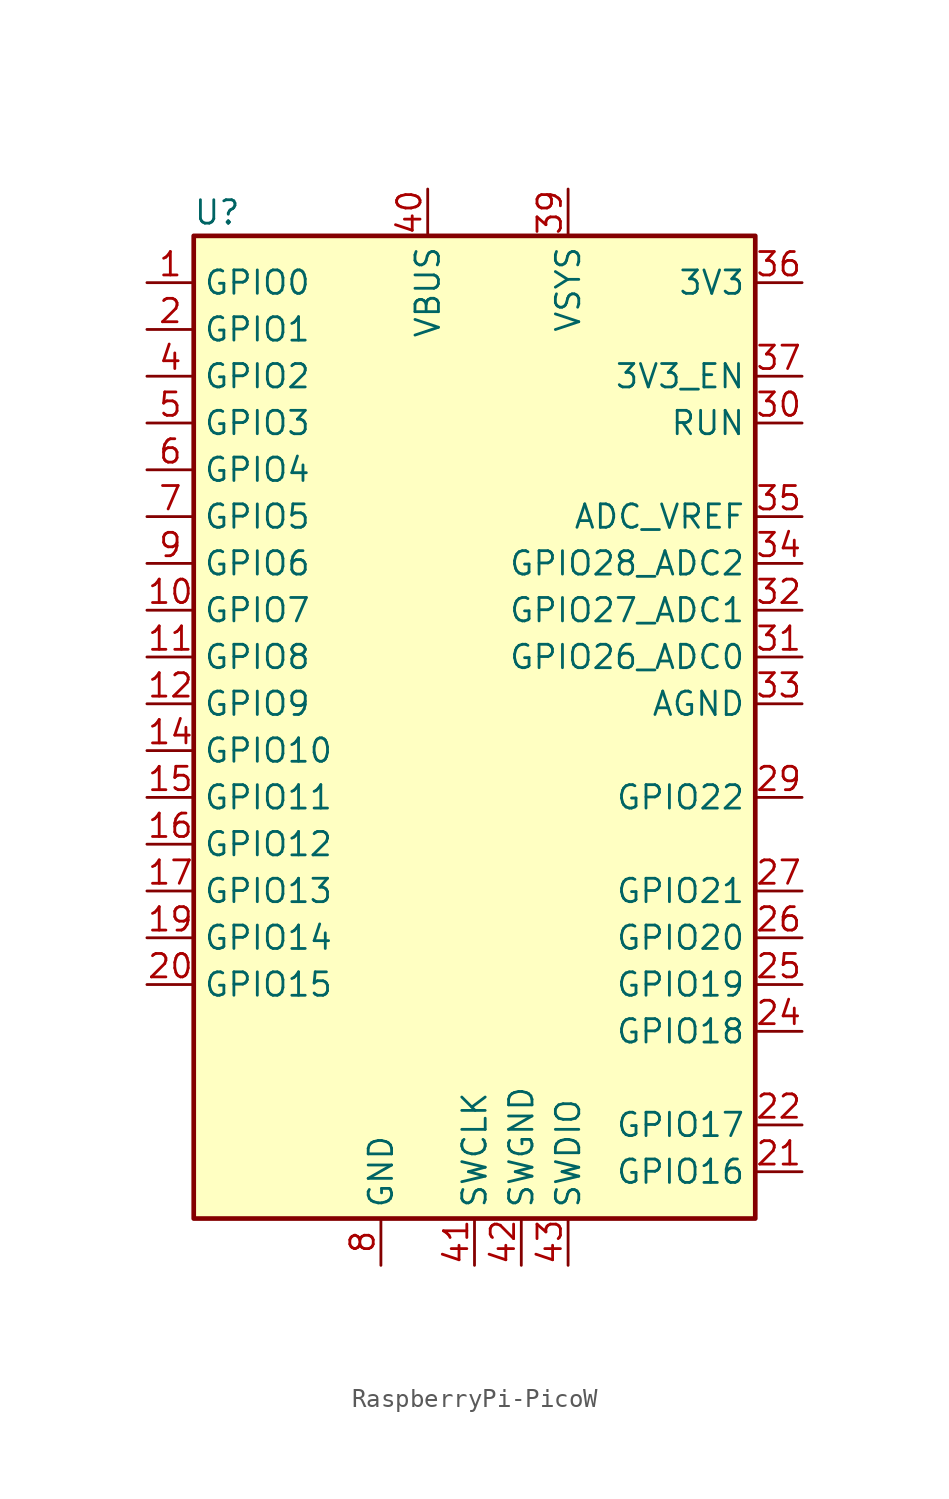
<source format=kicad_sym>
(kicad_symbol_lib
  (version 20220914)
  (generator kicad_symbol_editor)
  (symbol "RaspberryPi-PicoW"
    (property "Reference" "U"
      (at -13.97 29.21 0)
      (effects (font (size 1.27 1.27))))
    (symbol "RaspberryPi-PicoW_0_1"
      (rectangle (start -15.24 27.94) (end 15.24 -25.4) (stroke (width 0.254) (type default)) (fill (type background))))
    (symbol "RaspberryPi-PicoW_1_1"
      (pin bidirectional line (at -17.78 25.4 0) (length 2.54) (name "GPIO0" (effects (font (size 1.27 1.27)))) (number "1" (effects (font (size 1.27 1.27)))) (alternate "I2C0_SDA" bidirectional line) (alternate "PWM0_A" output line) (alternate "SPI0_RX" input line) (alternate "UART0_TX" output line) (alternate "USB_OVCUR_DET" input line))
      (pin bidirectional line (at -17.78 7.62 0) (length 2.54) (name "GPIO7" (effects (font (size 1.27 1.27)))) (number "10" (effects (font (size 1.27 1.27)))) (alternate "I2C1_SCL" bidirectional line) (alternate "PWM3_B" bidirectional line) (alternate "SPI0_TX" output line) (alternate "USB_VBUS_DET" input line) (alternate "~{UART1_RTS}" output line))
      (pin bidirectional line (at -17.78 5.08 0) (length 2.54) (name "GPIO8" (effects (font (size 1.27 1.27)))) (number "11" (effects (font (size 1.27 1.27)))) (alternate "I2C0_SDA" bidirectional line) (alternate "PWM4_A" output line) (alternate "SPI1_RX" input line) (alternate "UART1_TX" output line) (alternate "USB_VBUS_EN" output line))
      (pin bidirectional line (at -17.78 2.54 0) (length 2.54) (name "GPIO9" (effects (font (size 1.27 1.27)))) (number "12" (effects (font (size 1.27 1.27)))) (alternate "I2C0_SCL" bidirectional line) (alternate "PWM4_B" bidirectional line) (alternate "UART1_RX" input line) (alternate "USB_OVCUR_DET" input line) (alternate "~{SPI1_CS}" output line))
      (pin passive line (at -5.08 -27.94 90) (length 2.54) hide (name "GND" (effects (font (size 1.27 1.27)))) (number "13" (effects (font (size 1.27 1.27)))))
      (pin bidirectional line (at -17.78 0 0) (length 2.54) (name "GPIO10" (effects (font (size 1.27 1.27)))) (number "14" (effects (font (size 1.27 1.27)))) (alternate "I2C1_SDA" bidirectional line) (alternate "PWM5_A" output line) (alternate "SPI1_SCK" bidirectional line) (alternate "USB_VBUS_DET" input line) (alternate "~{UART1_CTS}" input line))
      (pin bidirectional line (at -17.78 -2.54 0) (length 2.54) (name "GPIO11" (effects (font (size 1.27 1.27)))) (number "15" (effects (font (size 1.27 1.27)))) (alternate "I2C1_SCL" bidirectional line) (alternate "PWM5_B" bidirectional line) (alternate "SPI1_TX" output line) (alternate "USB_VBUS_EN" output line) (alternate "~{UART1_RTS}" output line))
      (pin bidirectional line (at -17.78 -5.08 0) (length 2.54) (name "GPIO12" (effects (font (size 1.27 1.27)))) (number "16" (effects (font (size 1.27 1.27)))) (alternate "I2C0_SDA" bidirectional line) (alternate "PWM6_A" output line) (alternate "SPI1_RX" input line) (alternate "UART0_TX" output line) (alternate "USB_OVCUR_DET" input line))
      (pin bidirectional line (at -17.78 -7.62 0) (length 2.54) (name "GPIO13" (effects (font (size 1.27 1.27)))) (number "17" (effects (font (size 1.27 1.27)))) (alternate "I2C0_SCL" bidirectional line) (alternate "PWM6_B" bidirectional line) (alternate "UART0_RX" input line) (alternate "USB_VBUS_DET" input line) (alternate "~{SPI1_CS}" output line))
      (pin passive line (at -5.08 -27.94 90) (length 2.54) hide (name "GND" (effects (font (size 1.27 1.27)))) (number "18" (effects (font (size 1.27 1.27)))))
      (pin bidirectional line (at -17.78 -10.16 0) (length 2.54) (name "GPIO14" (effects (font (size 1.27 1.27)))) (number "19" (effects (font (size 1.27 1.27)))) (alternate "I2C1_SDA" bidirectional line) (alternate "PWM7_A" output line) (alternate "SPI1_SCK" bidirectional line) (alternate "USB_VBUS_EN" output line) (alternate "~{UART0_CTS}" input line))
      (pin bidirectional line (at -17.78 22.86 0) (length 2.54) (name "GPIO1" (effects (font (size 1.27 1.27)))) (number "2" (effects (font (size 1.27 1.27)))) (alternate "I2C0_SCL" bidirectional line) (alternate "PWM0_B" bidirectional line) (alternate "UART0_RX" input line) (alternate "USB_VBUS_DET" input line) (alternate "~{SPI0_CS}" output line))
      (pin bidirectional line (at -17.78 -12.7 0) (length 2.54) (name "GPIO15" (effects (font (size 1.27 1.27)))) (number "20" (effects (font (size 1.27 1.27)))) (alternate "I2C1_SCL" bidirectional line) (alternate "PWM7_B" bidirectional line) (alternate "SPI1_TX" output line) (alternate "USB_OVCUR_DET" input line) (alternate "~{UART0_RTS}" output line))
      (pin bidirectional line (at 17.78 -22.86 180) (length 2.54) (name "GPIO16" (effects (font (size 1.27 1.27)))) (number "21" (effects (font (size 1.27 1.27)))) (alternate "I2C0_SDA" bidirectional line) (alternate "PWM0_A" output line) (alternate "SPI0_RX" input line) (alternate "UART0_TX" output line) (alternate "USB_VBUS_DET" input line))
      (pin bidirectional line (at 17.78 -20.32 180) (length 2.54) (name "GPIO17" (effects (font (size 1.27 1.27)))) (number "22" (effects (font (size 1.27 1.27)))) (alternate "I2C0_SCL" bidirectional line) (alternate "PWM0_B" bidirectional line) (alternate "UART0_RX" input line) (alternate "USB_VBUS_EN" output line) (alternate "~{SPI0_CS}" output line))
      (pin passive line (at -5.08 -27.94 90) (length 2.54) hide (name "GND" (effects (font (size 1.27 1.27)))) (number "23" (effects (font (size 1.27 1.27)))))
      (pin bidirectional line (at 17.78 -15.24 180) (length 2.54) (name "GPIO18" (effects (font (size 1.27 1.27)))) (number "24" (effects (font (size 1.27 1.27)))) (alternate "I2C1_SDA" bidirectional line) (alternate "PWM1_A" output line) (alternate "SPI0_SCK" bidirectional line) (alternate "USB_OVCUR_DET" input line) (alternate "~{UART0_CTS}" input line))
      (pin bidirectional line (at 17.78 -12.7 180) (length 2.54) (name "GPIO19" (effects (font (size 1.27 1.27)))) (number "25" (effects (font (size 1.27 1.27)))) (alternate "I2C1_SCL" bidirectional line) (alternate "PWM1_B" bidirectional line) (alternate "SPI0_TX" output line) (alternate "USB_VBUS_DET" input line) (alternate "~{UART0_RTS}" output line))
      (pin bidirectional line (at 17.78 -10.16 180) (length 2.54) (name "GPIO20" (effects (font (size 1.27 1.27)))) (number "26" (effects (font (size 1.27 1.27)))) (alternate "CLOCK_GPIN0" input line) (alternate "I2C0_SDA" bidirectional line) (alternate "PWM2_A" output line) (alternate "SPI0_RX" input line) (alternate "UART1_TX" output line) (alternate "USB_VBUS_EN" output line))
      (pin bidirectional line (at 17.78 -7.62 180) (length 2.54) (name "GPIO21" (effects (font (size 1.27 1.27)))) (number "27" (effects (font (size 1.27 1.27)))) (alternate "CLOCK_GPOUT0" output line) (alternate "I2C0_SCL" bidirectional line) (alternate "PWM2_B" bidirectional line) (alternate "UART1_RX" input line) (alternate "USB_OVCUR_DET" input line) (alternate "~{SPI0_CS}" output line))
      (pin passive line (at -5.08 -27.94 90) (length 2.54) hide (name "GND" (effects (font (size 1.27 1.27)))) (number "28" (effects (font (size 1.27 1.27)))))
      (pin bidirectional line (at 17.78 -2.54 180) (length 2.54) (name "GPIO22" (effects (font (size 1.27 1.27)))) (number "29" (effects (font (size 1.27 1.27)))) (alternate "CLOCK_GPIN1" input line) (alternate "I2C1_SDA" bidirectional line) (alternate "PWM3_A" output line) (alternate "SPI0_SCK" bidirectional line) (alternate "USB_VBUS_DET" input line) (alternate "~{UART1_CTS}" input line))
      (pin passive line (at -5.08 -27.94 90) (length 2.54) hide (name "GND" (effects (font (size 1.27 1.27)))) (number "3" (effects (font (size 1.27 1.27)))))
      (pin input line (at 17.78 17.78 180) (length 2.54) (name "RUN" (effects (font (size 1.27 1.27)))) (number "30" (effects (font (size 1.27 1.27)))) (alternate "~{RESET}" input line))
      (pin bidirectional line (at 17.78 5.08 180) (length 2.54) (name "GPIO26_ADC0" (effects (font (size 1.27 1.27)))) (number "31" (effects (font (size 1.27 1.27)))) (alternate "ADC0" input line) (alternate "GPIO26" bidirectional line) (alternate "I2C1_SDA" bidirectional line) (alternate "PWM5_A" output line) (alternate "SPI1_SCK" bidirectional line) (alternate "USB_VBUS_EN" output line) (alternate "~{UART1_CTS}" input line))
      (pin bidirectional line (at 17.78 7.62 180) (length 2.54) (name "GPIO27_ADC1" (effects (font (size 1.27 1.27)))) (number "32" (effects (font (size 1.27 1.27)))) (alternate "ADC1" input line) (alternate "GPIO27" bidirectional line) (alternate "I2C1_SCL" bidirectional line) (alternate "PWM5_B" bidirectional line) (alternate "SPI1_TX" output line) (alternate "USB_OVCUR_DET" input line) (alternate "~{UART1_RTS}" output line))
      (pin power_in line (at 17.78 2.54 180) (length 2.54) (name "AGND" (effects (font (size 1.27 1.27)))) (number "33" (effects (font (size 1.27 1.27)))) (alternate "GND" power_in line))
      (pin bidirectional line (at 17.78 10.16 180) (length 2.54) (name "GPIO28_ADC2" (effects (font (size 1.27 1.27)))) (number "34" (effects (font (size 1.27 1.27)))) (alternate "ADC2" input line) (alternate "GPIO28" bidirectional line) (alternate "I2C0_SDA" bidirectional line) (alternate "PWM6_A" output line) (alternate "SPI1_RX" input line) (alternate "UART0_TX" output line) (alternate "USB_VBUS_DET" input line))
      (pin power_in line (at 17.78 12.7 180) (length 2.54) (name "ADC_VREF" (effects (font (size 1.27 1.27)))) (number "35" (effects (font (size 1.27 1.27)))))
      (pin power_out line (at 17.78 25.4 180) (length 2.54) (name "3V3" (effects (font (size 1.27 1.27)))) (number "36" (effects (font (size 1.27 1.27)))))
      (pin input line (at 17.78 20.32 180) (length 2.54) (name "3V3_EN" (effects (font (size 1.27 1.27)))) (number "37" (effects (font (size 1.27 1.27)))))
      (pin passive line (at -5.08 -27.94 90) (length 2.54) hide (name "GND" (effects (font (size 1.27 1.27)))) (number "38" (effects (font (size 1.27 1.27)))))
      (pin power_in line (at 5.08 30.48 270) (length 2.54) (name "VSYS" (effects (font (size 1.27 1.27)))) (number "39" (effects (font (size 1.27 1.27)))) (alternate "VSYS" power_in line))
      (pin bidirectional line (at -17.78 20.32 0) (length 2.54) (name "GPIO2" (effects (font (size 1.27 1.27)))) (number "4" (effects (font (size 1.27 1.27)))) (alternate "I2C1_SDA" bidirectional line) (alternate "PWM1_A" output line) (alternate "SPI0_SCK" bidirectional line) (alternate "USB_VBUS_EN" output line) (alternate "~{UART0_CTS}" input line))
      (pin power_out line (at -2.54 30.48 270) (length 2.54) (name "VBUS" (effects (font (size 1.27 1.27)))) (number "40" (effects (font (size 1.27 1.27)))) (alternate "VBUS" power_in line))
      (pin input line (at 0 -27.94 90) (length 2.54) (name "SWCLK" (effects (font (size 1.27 1.27)))) (number "41" (effects (font (size 1.27 1.27)))))
      (pin power_in line (at 2.54 -27.94 90) (length 2.54) (name "SWGND" (effects (font (size 1.27 1.27)))) (number "42" (effects (font (size 1.27 1.27)))) (alternate "GND" power_in line))
      (pin bidirectional line (at 5.08 -27.94 90) (length 2.54) (name "SWDIO" (effects (font (size 1.27 1.27)))) (number "43" (effects (font (size 1.27 1.27)))))
      (pin bidirectional line (at -17.78 17.78 0) (length 2.54) (name "GPIO3" (effects (font (size 1.27 1.27)))) (number "5" (effects (font (size 1.27 1.27)))) (alternate "I2C1_SCL" bidirectional line) (alternate "PWM1_B" bidirectional line) (alternate "SPI0_TX" output line) (alternate "USB_OVCUR_DET" input line) (alternate "~{UART0_RTS}" output line))
      (pin bidirectional line (at -17.78 15.24 0) (length 2.54) (name "GPIO4" (effects (font (size 1.27 1.27)))) (number "6" (effects (font (size 1.27 1.27)))) (alternate "I2C0_SDA" bidirectional line) (alternate "PWM2_A" output line) (alternate "SPI0_RX" input line) (alternate "UART1_TX" output line) (alternate "USB_VBUS_DET" input line))
      (pin bidirectional line (at -17.78 12.7 0) (length 2.54) (name "GPIO5" (effects (font (size 1.27 1.27)))) (number "7" (effects (font (size 1.27 1.27)))) (alternate "I2C0_SCL" bidirectional line) (alternate "PWM2_B" bidirectional line) (alternate "UART1_RX" input line) (alternate "USB_VBUS_EN" output line) (alternate "~{SPI0_CS}" output line))
      (pin power_in line (at -5.08 -27.94 90) (length 2.54) (name "GND" (effects (font (size 1.27 1.27)))) (number "8" (effects (font (size 1.27 1.27)))))
      (pin bidirectional line (at -17.78 10.16 0) (length 2.54) (name "GPIO6" (effects (font (size 1.27 1.27)))) (number "9" (effects (font (size 1.27 1.27)))) (alternate "I2C1_SDA" bidirectional line) (alternate "PWM3_A" output line) (alternate "SPI0_SCK" bidirectional line) (alternate "USB_OVCUR_DET" input line) (alternate "~{UART1_CTS}" input line)))))
</source>
